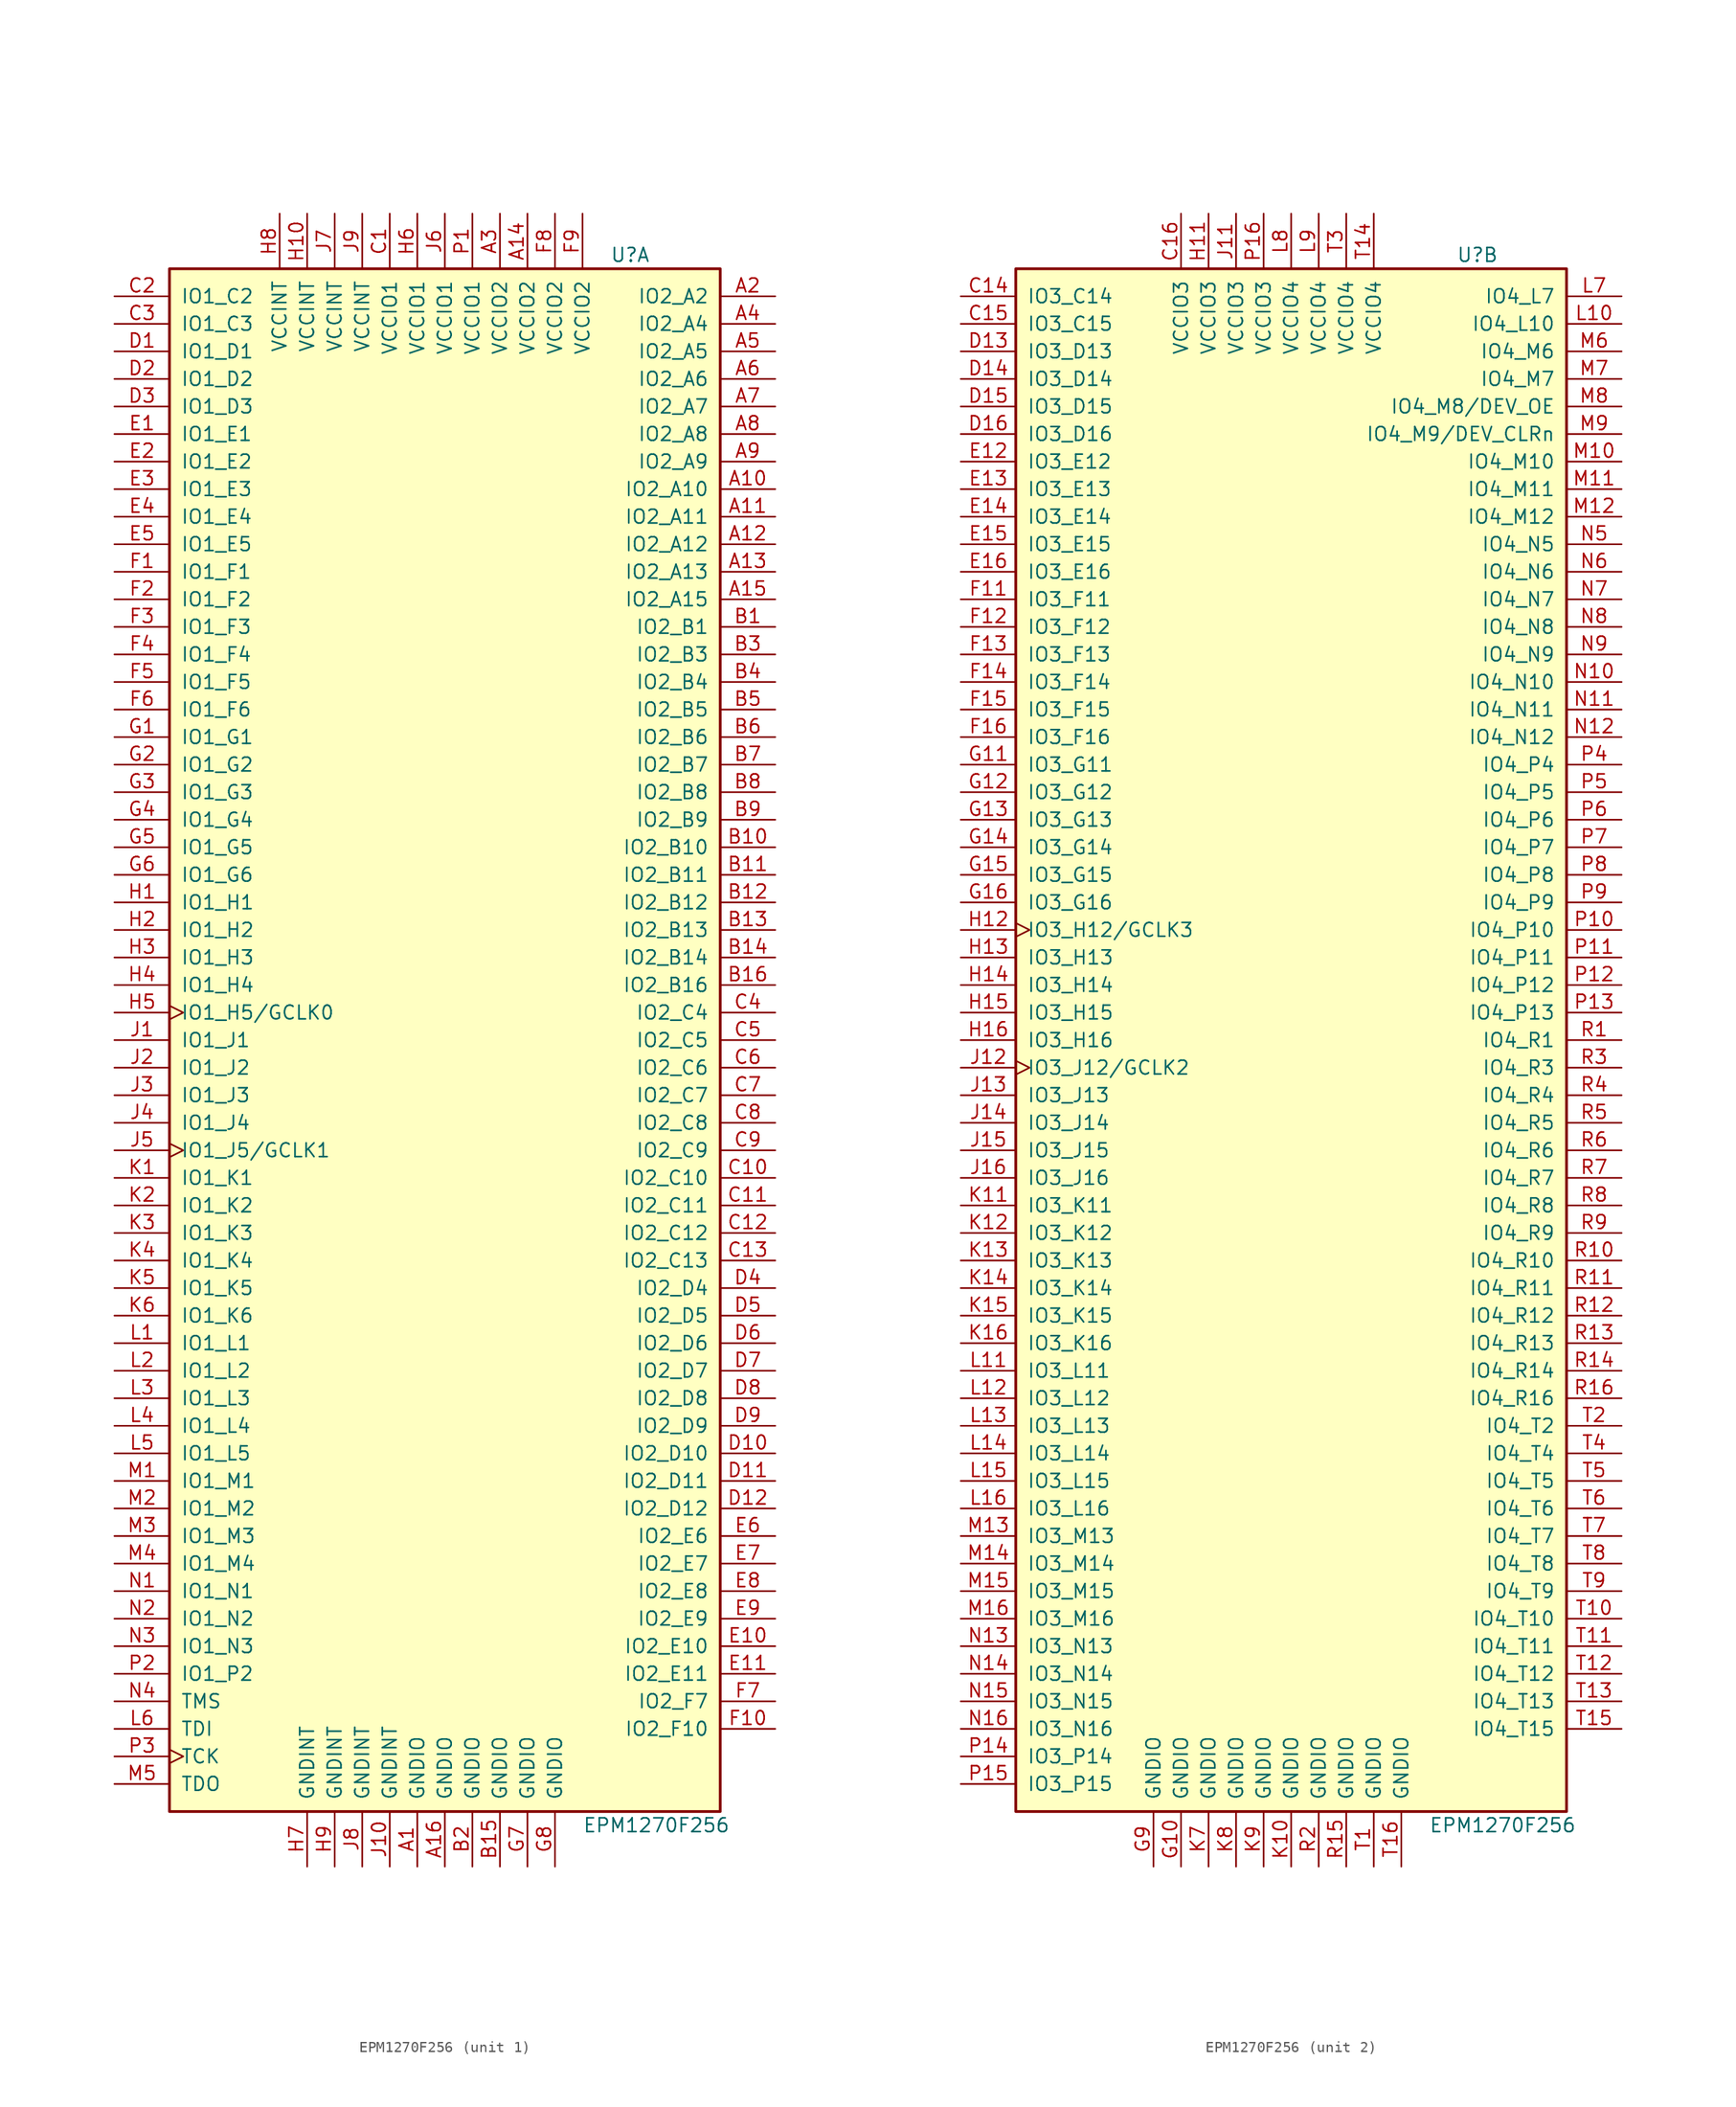
<source format=kicad_sym>
(kicad_symbol_lib
  (version 20201005)
  (generator kicad_symbol_editor)
  (symbol "CPLD_Altera:EPM1270F256"
    (pin_names
      (offset 1.016))
    (property "Reference" "U"
      (at 15.24 72.39 0)
      (effects (font (size 1.27 1.27)) (justify left)))
    (property "Value" "EPM1270F256"
      (at 12.7 -72.39 0)
      (effects (font (size 1.27 1.27)) (justify left)))
    (property "ki_locked" ""
      (at 0 0 0)
      (effects (font (size 1.27 1.27))))
    (symbol "EPM1270F256_1_1"
      (rectangle (start -25.4 71.12) (end 25.4 -71.12) (stroke (width 0.254)) (fill (type background)))
      (pin bidirectional line (at 30.48 68.58 180) (length 5.08) (name "IO2_A2" (effects (font (size 1.27 1.27)))) (number "A2" (effects (font (size 1.27 1.27)))))
      (pin bidirectional line (at 30.48 66.04 180) (length 5.08) (name "IO2_A4" (effects (font (size 1.27 1.27)))) (number "A4" (effects (font (size 1.27 1.27)))))
      (pin bidirectional line (at 30.48 63.5 180) (length 5.08) (name "IO2_A5" (effects (font (size 1.27 1.27)))) (number "A5" (effects (font (size 1.27 1.27)))))
      (pin bidirectional line (at 30.48 60.96 180) (length 5.08) (name "IO2_A6" (effects (font (size 1.27 1.27)))) (number "A6" (effects (font (size 1.27 1.27)))))
      (pin bidirectional line (at 30.48 58.42 180) (length 5.08) (name "IO2_A7" (effects (font (size 1.27 1.27)))) (number "A7" (effects (font (size 1.27 1.27)))))
      (pin bidirectional line (at 30.48 55.88 180) (length 5.08) (name "IO2_A8" (effects (font (size 1.27 1.27)))) (number "A8" (effects (font (size 1.27 1.27)))))
      (pin bidirectional line (at 30.48 53.34 180) (length 5.08) (name "IO2_A9" (effects (font (size 1.27 1.27)))) (number "A9" (effects (font (size 1.27 1.27)))))
      (pin bidirectional line (at 30.48 50.8 180) (length 5.08) (name "IO2_A10" (effects (font (size 1.27 1.27)))) (number "A10" (effects (font (size 1.27 1.27)))))
      (pin bidirectional line (at 30.48 48.26 180) (length 5.08) (name "IO2_A11" (effects (font (size 1.27 1.27)))) (number "A11" (effects (font (size 1.27 1.27)))))
      (pin bidirectional line (at 30.48 45.72 180) (length 5.08) (name "IO2_A12" (effects (font (size 1.27 1.27)))) (number "A12" (effects (font (size 1.27 1.27)))))
      (pin bidirectional line (at 30.48 43.18 180) (length 5.08) (name "IO2_A13" (effects (font (size 1.27 1.27)))) (number "A13" (effects (font (size 1.27 1.27)))))
      (pin bidirectional line (at 30.48 40.64 180) (length 5.08) (name "IO2_A15" (effects (font (size 1.27 1.27)))) (number "A15" (effects (font (size 1.27 1.27)))))
      (pin bidirectional line (at 30.48 38.1 180) (length 5.08) (name "IO2_B1" (effects (font (size 1.27 1.27)))) (number "B1" (effects (font (size 1.27 1.27)))))
      (pin bidirectional line (at 30.48 35.56 180) (length 5.08) (name "IO2_B3" (effects (font (size 1.27 1.27)))) (number "B3" (effects (font (size 1.27 1.27)))))
      (pin bidirectional line (at 30.48 33.02 180) (length 5.08) (name "IO2_B4" (effects (font (size 1.27 1.27)))) (number "B4" (effects (font (size 1.27 1.27)))))
      (pin bidirectional line (at 30.48 30.48 180) (length 5.08) (name "IO2_B5" (effects (font (size 1.27 1.27)))) (number "B5" (effects (font (size 1.27 1.27)))))
      (pin bidirectional line (at 30.48 27.94 180) (length 5.08) (name "IO2_B6" (effects (font (size 1.27 1.27)))) (number "B6" (effects (font (size 1.27 1.27)))))
      (pin bidirectional line (at 30.48 25.4 180) (length 5.08) (name "IO2_B7" (effects (font (size 1.27 1.27)))) (number "B7" (effects (font (size 1.27 1.27)))))
      (pin bidirectional line (at 30.48 22.86 180) (length 5.08) (name "IO2_B8" (effects (font (size 1.27 1.27)))) (number "B8" (effects (font (size 1.27 1.27)))))
      (pin bidirectional line (at 30.48 20.32 180) (length 5.08) (name "IO2_B9" (effects (font (size 1.27 1.27)))) (number "B9" (effects (font (size 1.27 1.27)))))
      (pin bidirectional line (at 30.48 17.78 180) (length 5.08) (name "IO2_B10" (effects (font (size 1.27 1.27)))) (number "B10" (effects (font (size 1.27 1.27)))))
      (pin bidirectional line (at 30.48 15.24 180) (length 5.08) (name "IO2_B11" (effects (font (size 1.27 1.27)))) (number "B11" (effects (font (size 1.27 1.27)))))
      (pin bidirectional line (at 30.48 12.7 180) (length 5.08) (name "IO2_B12" (effects (font (size 1.27 1.27)))) (number "B12" (effects (font (size 1.27 1.27)))))
      (pin bidirectional line (at 30.48 10.16 180) (length 5.08) (name "IO2_B13" (effects (font (size 1.27 1.27)))) (number "B13" (effects (font (size 1.27 1.27)))))
      (pin bidirectional line (at 30.48 7.62 180) (length 5.08) (name "IO2_B14" (effects (font (size 1.27 1.27)))) (number "B14" (effects (font (size 1.27 1.27)))))
      (pin bidirectional line (at 30.48 5.08 180) (length 5.08) (name "IO2_B16" (effects (font (size 1.27 1.27)))) (number "B16" (effects (font (size 1.27 1.27)))))
      (pin bidirectional line (at -30.48 68.58 0) (length 5.08) (name "IO1_C2" (effects (font (size 1.27 1.27)))) (number "C2" (effects (font (size 1.27 1.27)))))
      (pin bidirectional line (at -30.48 66.04 0) (length 5.08) (name "IO1_C3" (effects (font (size 1.27 1.27)))) (number "C3" (effects (font (size 1.27 1.27)))))
      (pin bidirectional line (at 30.48 2.54 180) (length 5.08) (name "IO2_C4" (effects (font (size 1.27 1.27)))) (number "C4" (effects (font (size 1.27 1.27)))))
      (pin bidirectional line (at 30.48 0 180) (length 5.08) (name "IO2_C5" (effects (font (size 1.27 1.27)))) (number "C5" (effects (font (size 1.27 1.27)))))
      (pin bidirectional line (at 30.48 -2.54 180) (length 5.08) (name "IO2_C6" (effects (font (size 1.27 1.27)))) (number "C6" (effects (font (size 1.27 1.27)))))
      (pin bidirectional line (at 30.48 -5.08 180) (length 5.08) (name "IO2_C7" (effects (font (size 1.27 1.27)))) (number "C7" (effects (font (size 1.27 1.27)))))
      (pin bidirectional line (at 30.48 -7.62 180) (length 5.08) (name "IO2_C8" (effects (font (size 1.27 1.27)))) (number "C8" (effects (font (size 1.27 1.27)))))
      (pin bidirectional line (at 30.48 -10.16 180) (length 5.08) (name "IO2_C9" (effects (font (size 1.27 1.27)))) (number "C9" (effects (font (size 1.27 1.27)))))
      (pin bidirectional line (at 30.48 -12.7 180) (length 5.08) (name "IO2_C10" (effects (font (size 1.27 1.27)))) (number "C10" (effects (font (size 1.27 1.27)))))
      (pin bidirectional line (at 30.48 -15.24 180) (length 5.08) (name "IO2_C11" (effects (font (size 1.27 1.27)))) (number "C11" (effects (font (size 1.27 1.27)))))
      (pin bidirectional line (at 30.48 -17.78 180) (length 5.08) (name "IO2_C12" (effects (font (size 1.27 1.27)))) (number "C12" (effects (font (size 1.27 1.27)))))
      (pin bidirectional line (at 30.48 -20.32 180) (length 5.08) (name "IO2_C13" (effects (font (size 1.27 1.27)))) (number "C13" (effects (font (size 1.27 1.27)))))
      (pin bidirectional line (at -30.48 63.5 0) (length 5.08) (name "IO1_D1" (effects (font (size 1.27 1.27)))) (number "D1" (effects (font (size 1.27 1.27)))))
      (pin bidirectional line (at -30.48 60.96 0) (length 5.08) (name "IO1_D2" (effects (font (size 1.27 1.27)))) (number "D2" (effects (font (size 1.27 1.27)))))
      (pin bidirectional line (at -30.48 58.42 0) (length 5.08) (name "IO1_D3" (effects (font (size 1.27 1.27)))) (number "D3" (effects (font (size 1.27 1.27)))))
      (pin bidirectional line (at 30.48 -22.86 180) (length 5.08) (name "IO2_D4" (effects (font (size 1.27 1.27)))) (number "D4" (effects (font (size 1.27 1.27)))))
      (pin bidirectional line (at 30.48 -25.4 180) (length 5.08) (name "IO2_D5" (effects (font (size 1.27 1.27)))) (number "D5" (effects (font (size 1.27 1.27)))))
      (pin bidirectional line (at 30.48 -27.94 180) (length 5.08) (name "IO2_D6" (effects (font (size 1.27 1.27)))) (number "D6" (effects (font (size 1.27 1.27)))))
      (pin bidirectional line (at 30.48 -30.48 180) (length 5.08) (name "IO2_D7" (effects (font (size 1.27 1.27)))) (number "D7" (effects (font (size 1.27 1.27)))))
      (pin bidirectional line (at 30.48 -33.02 180) (length 5.08) (name "IO2_D8" (effects (font (size 1.27 1.27)))) (number "D8" (effects (font (size 1.27 1.27)))))
      (pin bidirectional line (at 30.48 -35.56 180) (length 5.08) (name "IO2_D9" (effects (font (size 1.27 1.27)))) (number "D9" (effects (font (size 1.27 1.27)))))
      (pin bidirectional line (at 30.48 -38.1 180) (length 5.08) (name "IO2_D10" (effects (font (size 1.27 1.27)))) (number "D10" (effects (font (size 1.27 1.27)))))
      (pin bidirectional line (at 30.48 -40.64 180) (length 5.08) (name "IO2_D11" (effects (font (size 1.27 1.27)))) (number "D11" (effects (font (size 1.27 1.27)))))
      (pin bidirectional line (at 30.48 -43.18 180) (length 5.08) (name "IO2_D12" (effects (font (size 1.27 1.27)))) (number "D12" (effects (font (size 1.27 1.27)))))
      (pin bidirectional line (at -30.48 55.88 0) (length 5.08) (name "IO1_E1" (effects (font (size 1.27 1.27)))) (number "E1" (effects (font (size 1.27 1.27)))))
      (pin bidirectional line (at -30.48 53.34 0) (length 5.08) (name "IO1_E2" (effects (font (size 1.27 1.27)))) (number "E2" (effects (font (size 1.27 1.27)))))
      (pin bidirectional line (at -30.48 50.8 0) (length 5.08) (name "IO1_E3" (effects (font (size 1.27 1.27)))) (number "E3" (effects (font (size 1.27 1.27)))))
      (pin bidirectional line (at -30.48 48.26 0) (length 5.08) (name "IO1_E4" (effects (font (size 1.27 1.27)))) (number "E4" (effects (font (size 1.27 1.27)))))
      (pin bidirectional line (at -30.48 45.72 0) (length 5.08) (name "IO1_E5" (effects (font (size 1.27 1.27)))) (number "E5" (effects (font (size 1.27 1.27)))))
      (pin bidirectional line (at 30.48 -45.72 180) (length 5.08) (name "IO2_E6" (effects (font (size 1.27 1.27)))) (number "E6" (effects (font (size 1.27 1.27)))))
      (pin bidirectional line (at 30.48 -48.26 180) (length 5.08) (name "IO2_E7" (effects (font (size 1.27 1.27)))) (number "E7" (effects (font (size 1.27 1.27)))))
      (pin bidirectional line (at 30.48 -50.8 180) (length 5.08) (name "IO2_E8" (effects (font (size 1.27 1.27)))) (number "E8" (effects (font (size 1.27 1.27)))))
      (pin bidirectional line (at 30.48 -53.34 180) (length 5.08) (name "IO2_E9" (effects (font (size 1.27 1.27)))) (number "E9" (effects (font (size 1.27 1.27)))))
      (pin bidirectional line (at 30.48 -55.88 180) (length 5.08) (name "IO2_E10" (effects (font (size 1.27 1.27)))) (number "E10" (effects (font (size 1.27 1.27)))))
      (pin bidirectional line (at 30.48 -58.42 180) (length 5.08) (name "IO2_E11" (effects (font (size 1.27 1.27)))) (number "E11" (effects (font (size 1.27 1.27)))))
      (pin bidirectional line (at -30.48 43.18 0) (length 5.08) (name "IO1_F1" (effects (font (size 1.27 1.27)))) (number "F1" (effects (font (size 1.27 1.27)))))
      (pin bidirectional line (at -30.48 40.64 0) (length 5.08) (name "IO1_F2" (effects (font (size 1.27 1.27)))) (number "F2" (effects (font (size 1.27 1.27)))))
      (pin bidirectional line (at -30.48 38.1 0) (length 5.08) (name "IO1_F3" (effects (font (size 1.27 1.27)))) (number "F3" (effects (font (size 1.27 1.27)))))
      (pin bidirectional line (at -30.48 35.56 0) (length 5.08) (name "IO1_F4" (effects (font (size 1.27 1.27)))) (number "F4" (effects (font (size 1.27 1.27)))))
      (pin bidirectional line (at -30.48 33.02 0) (length 5.08) (name "IO1_F5" (effects (font (size 1.27 1.27)))) (number "F5" (effects (font (size 1.27 1.27)))))
      (pin bidirectional line (at -30.48 30.48 0) (length 5.08) (name "IO1_F6" (effects (font (size 1.27 1.27)))) (number "F6" (effects (font (size 1.27 1.27)))))
      (pin bidirectional line (at 30.48 -60.96 180) (length 5.08) (name "IO2_F7" (effects (font (size 1.27 1.27)))) (number "F7" (effects (font (size 1.27 1.27)))))
      (pin bidirectional line (at 30.48 -63.5 180) (length 5.08) (name "IO2_F10" (effects (font (size 1.27 1.27)))) (number "F10" (effects (font (size 1.27 1.27)))))
      (pin bidirectional line (at -30.48 27.94 0) (length 5.08) (name "IO1_G1" (effects (font (size 1.27 1.27)))) (number "G1" (effects (font (size 1.27 1.27)))))
      (pin bidirectional line (at -30.48 25.4 0) (length 5.08) (name "IO1_G2" (effects (font (size 1.27 1.27)))) (number "G2" (effects (font (size 1.27 1.27)))))
      (pin bidirectional line (at -30.48 22.86 0) (length 5.08) (name "IO1_G3" (effects (font (size 1.27 1.27)))) (number "G3" (effects (font (size 1.27 1.27)))))
      (pin bidirectional line (at -30.48 20.32 0) (length 5.08) (name "IO1_G4" (effects (font (size 1.27 1.27)))) (number "G4" (effects (font (size 1.27 1.27)))))
      (pin bidirectional line (at -30.48 17.78 0) (length 5.08) (name "IO1_G5" (effects (font (size 1.27 1.27)))) (number "G5" (effects (font (size 1.27 1.27)))))
      (pin bidirectional line (at -30.48 15.24 0) (length 5.08) (name "IO1_G6" (effects (font (size 1.27 1.27)))) (number "G6" (effects (font (size 1.27 1.27)))))
      (pin bidirectional line (at -30.48 12.7 0) (length 5.08) (name "IO1_H1" (effects (font (size 1.27 1.27)))) (number "H1" (effects (font (size 1.27 1.27)))))
      (pin bidirectional line (at -30.48 10.16 0) (length 5.08) (name "IO1_H2" (effects (font (size 1.27 1.27)))) (number "H2" (effects (font (size 1.27 1.27)))))
      (pin bidirectional line (at -30.48 7.62 0) (length 5.08) (name "IO1_H3" (effects (font (size 1.27 1.27)))) (number "H3" (effects (font (size 1.27 1.27)))))
      (pin bidirectional line (at -30.48 5.08 0) (length 5.08) (name "IO1_H4" (effects (font (size 1.27 1.27)))) (number "H4" (effects (font (size 1.27 1.27)))))
      (pin bidirectional clock (at -30.48 2.54 0) (length 5.08) (name "IO1_H5/GCLK0" (effects (font (size 1.27 1.27)))) (number "H5" (effects (font (size 1.27 1.27)))))
      (pin bidirectional line (at -30.48 0 0) (length 5.08) (name "IO1_J1" (effects (font (size 1.27 1.27)))) (number "J1" (effects (font (size 1.27 1.27)))))
      (pin bidirectional line (at -30.48 -2.54 0) (length 5.08) (name "IO1_J2" (effects (font (size 1.27 1.27)))) (number "J2" (effects (font (size 1.27 1.27)))))
      (pin bidirectional line (at -30.48 -5.08 0) (length 5.08) (name "IO1_J3" (effects (font (size 1.27 1.27)))) (number "J3" (effects (font (size 1.27 1.27)))))
      (pin bidirectional line (at -30.48 -7.62 0) (length 5.08) (name "IO1_J4" (effects (font (size 1.27 1.27)))) (number "J4" (effects (font (size 1.27 1.27)))))
      (pin bidirectional clock (at -30.48 -10.16 0) (length 5.08) (name "IO1_J5/GCLK1" (effects (font (size 1.27 1.27)))) (number "J5" (effects (font (size 1.27 1.27)))))
      (pin bidirectional line (at -30.48 -12.7 0) (length 5.08) (name "IO1_K1" (effects (font (size 1.27 1.27)))) (number "K1" (effects (font (size 1.27 1.27)))))
      (pin bidirectional line (at -30.48 -15.24 0) (length 5.08) (name "IO1_K2" (effects (font (size 1.27 1.27)))) (number "K2" (effects (font (size 1.27 1.27)))))
      (pin bidirectional line (at -30.48 -17.78 0) (length 5.08) (name "IO1_K3" (effects (font (size 1.27 1.27)))) (number "K3" (effects (font (size 1.27 1.27)))))
      (pin bidirectional line (at -30.48 -20.32 0) (length 5.08) (name "IO1_K4" (effects (font (size 1.27 1.27)))) (number "K4" (effects (font (size 1.27 1.27)))))
      (pin bidirectional line (at -30.48 -22.86 0) (length 5.08) (name "IO1_K5" (effects (font (size 1.27 1.27)))) (number "K5" (effects (font (size 1.27 1.27)))))
      (pin bidirectional line (at -30.48 -25.4 0) (length 5.08) (name "IO1_K6" (effects (font (size 1.27 1.27)))) (number "K6" (effects (font (size 1.27 1.27)))))
      (pin bidirectional line (at -30.48 -27.94 0) (length 5.08) (name "IO1_L1" (effects (font (size 1.27 1.27)))) (number "L1" (effects (font (size 1.27 1.27)))))
      (pin bidirectional line (at -30.48 -30.48 0) (length 5.08) (name "IO1_L2" (effects (font (size 1.27 1.27)))) (number "L2" (effects (font (size 1.27 1.27)))))
      (pin bidirectional line (at -30.48 -33.02 0) (length 5.08) (name "IO1_L3" (effects (font (size 1.27 1.27)))) (number "L3" (effects (font (size 1.27 1.27)))))
      (pin bidirectional line (at -30.48 -35.56 0) (length 5.08) (name "IO1_L4" (effects (font (size 1.27 1.27)))) (number "L4" (effects (font (size 1.27 1.27)))))
      (pin bidirectional line (at -30.48 -38.1 0) (length 5.08) (name "IO1_L5" (effects (font (size 1.27 1.27)))) (number "L5" (effects (font (size 1.27 1.27)))))
      (pin bidirectional line (at -30.48 -40.64 0) (length 5.08) (name "IO1_M1" (effects (font (size 1.27 1.27)))) (number "M1" (effects (font (size 1.27 1.27)))))
      (pin bidirectional line (at -30.48 -43.18 0) (length 5.08) (name "IO1_M2" (effects (font (size 1.27 1.27)))) (number "M2" (effects (font (size 1.27 1.27)))))
      (pin bidirectional line (at -30.48 -45.72 0) (length 5.08) (name "IO1_M3" (effects (font (size 1.27 1.27)))) (number "M3" (effects (font (size 1.27 1.27)))))
      (pin bidirectional line (at -30.48 -48.26 0) (length 5.08) (name "IO1_M4" (effects (font (size 1.27 1.27)))) (number "M4" (effects (font (size 1.27 1.27)))))
      (pin bidirectional line (at -30.48 -50.8 0) (length 5.08) (name "IO1_N1" (effects (font (size 1.27 1.27)))) (number "N1" (effects (font (size 1.27 1.27)))))
      (pin bidirectional line (at -30.48 -53.34 0) (length 5.08) (name "IO1_N2" (effects (font (size 1.27 1.27)))) (number "N2" (effects (font (size 1.27 1.27)))))
      (pin bidirectional line (at -30.48 -55.88 0) (length 5.08) (name "IO1_N3" (effects (font (size 1.27 1.27)))) (number "N3" (effects (font (size 1.27 1.27)))))
      (pin bidirectional line (at -30.48 -58.42 0) (length 5.08) (name "IO1_P2" (effects (font (size 1.27 1.27)))) (number "P2" (effects (font (size 1.27 1.27)))))
      (pin input line (at -30.48 -60.96 0) (length 5.08) (name "TMS" (effects (font (size 1.27 1.27)))) (number "N4" (effects (font (size 1.27 1.27)))))
      (pin input line (at -30.48 -63.5 0) (length 5.08) (name "TDI" (effects (font (size 1.27 1.27)))) (number "L6" (effects (font (size 1.27 1.27)))))
      (pin input clock (at -30.48 -66.04 0) (length 5.08) (name "TCK" (effects (font (size 1.27 1.27)))) (number "P3" (effects (font (size 1.27 1.27)))))
      (pin output line (at -30.48 -68.58 0) (length 5.08) (name "TDO" (effects (font (size 1.27 1.27)))) (number "M5" (effects (font (size 1.27 1.27)))))
      (pin power_in line (at -12.7 -76.2 90) (length 5.08) (name "GNDINT" (effects (font (size 1.27 1.27)))) (number "H7" (effects (font (size 1.27 1.27)))))
      (pin power_in line (at -10.16 -76.2 90) (length 5.08) (name "GNDINT" (effects (font (size 1.27 1.27)))) (number "H9" (effects (font (size 1.27 1.27)))))
      (pin power_in line (at -7.62 -76.2 90) (length 5.08) (name "GNDINT" (effects (font (size 1.27 1.27)))) (number "J8" (effects (font (size 1.27 1.27)))))
      (pin power_in line (at -5.08 -76.2 90) (length 5.08) (name "GNDINT" (effects (font (size 1.27 1.27)))) (number "J10" (effects (font (size 1.27 1.27)))))
      (pin power_in line (at -2.54 -76.2 90) (length 5.08) (name "GNDIO" (effects (font (size 1.27 1.27)))) (number "A1" (effects (font (size 1.27 1.27)))))
      (pin power_in line (at 0 -76.2 90) (length 5.08) (name "GNDIO" (effects (font (size 1.27 1.27)))) (number "A16" (effects (font (size 1.27 1.27)))))
      (pin power_in line (at 2.54 -76.2 90) (length 5.08) (name "GNDIO" (effects (font (size 1.27 1.27)))) (number "B2" (effects (font (size 1.27 1.27)))))
      (pin power_in line (at 5.08 -76.2 90) (length 5.08) (name "GNDIO" (effects (font (size 1.27 1.27)))) (number "B15" (effects (font (size 1.27 1.27)))))
      (pin power_in line (at 7.62 -76.2 90) (length 5.08) (name "GNDIO" (effects (font (size 1.27 1.27)))) (number "G7" (effects (font (size 1.27 1.27)))))
      (pin power_in line (at 10.16 -76.2 90) (length 5.08) (name "GNDIO" (effects (font (size 1.27 1.27)))) (number "G8" (effects (font (size 1.27 1.27)))))
      (pin power_in line (at -15.24 76.2 270) (length 5.08) (name "VCCINT" (effects (font (size 1.27 1.27)))) (number "H8" (effects (font (size 1.27 1.27)))))
      (pin power_in line (at -12.7 76.2 270) (length 5.08) (name "VCCINT" (effects (font (size 1.27 1.27)))) (number "H10" (effects (font (size 1.27 1.27)))))
      (pin power_in line (at -10.16 76.2 270) (length 5.08) (name "VCCINT" (effects (font (size 1.27 1.27)))) (number "J7" (effects (font (size 1.27 1.27)))))
      (pin power_in line (at -7.62 76.2 270) (length 5.08) (name "VCCINT" (effects (font (size 1.27 1.27)))) (number "J9" (effects (font (size 1.27 1.27)))))
      (pin power_in line (at -5.08 76.2 270) (length 5.08) (name "VCCIO1" (effects (font (size 1.27 1.27)))) (number "C1" (effects (font (size 1.27 1.27)))))
      (pin power_in line (at -2.54 76.2 270) (length 5.08) (name "VCCIO1" (effects (font (size 1.27 1.27)))) (number "H6" (effects (font (size 1.27 1.27)))))
      (pin power_in line (at 0 76.2 270) (length 5.08) (name "VCCIO1" (effects (font (size 1.27 1.27)))) (number "J6" (effects (font (size 1.27 1.27)))))
      (pin power_in line (at 2.54 76.2 270) (length 5.08) (name "VCCIO1" (effects (font (size 1.27 1.27)))) (number "P1" (effects (font (size 1.27 1.27)))))
      (pin power_in line (at 5.08 76.2 270) (length 5.08) (name "VCCIO2" (effects (font (size 1.27 1.27)))) (number "A3" (effects (font (size 1.27 1.27)))))
      (pin power_in line (at 7.62 76.2 270) (length 5.08) (name "VCCIO2" (effects (font (size 1.27 1.27)))) (number "A14" (effects (font (size 1.27 1.27)))))
      (pin power_in line (at 10.16 76.2 270) (length 5.08) (name "VCCIO2" (effects (font (size 1.27 1.27)))) (number "F8" (effects (font (size 1.27 1.27)))))
      (pin power_in line (at 12.7 76.2 270) (length 5.08) (name "VCCIO2" (effects (font (size 1.27 1.27)))) (number "F9" (effects (font (size 1.27 1.27))))))
    (symbol "EPM1270F256_2_1"
      (rectangle (start -25.4 71.12) (end 25.4 -71.12) (stroke (width 0.254)) (fill (type background)))
      (pin bidirectional line (at -30.48 68.58 0) (length 5.08) (name "IO3_C14" (effects (font (size 1.27 1.27)))) (number "C14" (effects (font (size 1.27 1.27)))))
      (pin bidirectional line (at -30.48 66.04 0) (length 5.08) (name "IO3_C15" (effects (font (size 1.27 1.27)))) (number "C15" (effects (font (size 1.27 1.27)))))
      (pin bidirectional line (at -30.48 63.5 0) (length 5.08) (name "IO3_D13" (effects (font (size 1.27 1.27)))) (number "D13" (effects (font (size 1.27 1.27)))))
      (pin bidirectional line (at -30.48 60.96 0) (length 5.08) (name "IO3_D14" (effects (font (size 1.27 1.27)))) (number "D14" (effects (font (size 1.27 1.27)))))
      (pin bidirectional line (at -30.48 58.42 0) (length 5.08) (name "IO3_D15" (effects (font (size 1.27 1.27)))) (number "D15" (effects (font (size 1.27 1.27)))))
      (pin bidirectional line (at -30.48 55.88 0) (length 5.08) (name "IO3_D16" (effects (font (size 1.27 1.27)))) (number "D16" (effects (font (size 1.27 1.27)))))
      (pin bidirectional line (at -30.48 53.34 0) (length 5.08) (name "IO3_E12" (effects (font (size 1.27 1.27)))) (number "E12" (effects (font (size 1.27 1.27)))))
      (pin bidirectional line (at -30.48 50.8 0) (length 5.08) (name "IO3_E13" (effects (font (size 1.27 1.27)))) (number "E13" (effects (font (size 1.27 1.27)))))
      (pin bidirectional line (at -30.48 48.26 0) (length 5.08) (name "IO3_E14" (effects (font (size 1.27 1.27)))) (number "E14" (effects (font (size 1.27 1.27)))))
      (pin bidirectional line (at -30.48 45.72 0) (length 5.08) (name "IO3_E15" (effects (font (size 1.27 1.27)))) (number "E15" (effects (font (size 1.27 1.27)))))
      (pin bidirectional line (at -30.48 43.18 0) (length 5.08) (name "IO3_E16" (effects (font (size 1.27 1.27)))) (number "E16" (effects (font (size 1.27 1.27)))))
      (pin bidirectional line (at -30.48 40.64 0) (length 5.08) (name "IO3_F11" (effects (font (size 1.27 1.27)))) (number "F11" (effects (font (size 1.27 1.27)))))
      (pin bidirectional line (at -30.48 38.1 0) (length 5.08) (name "IO3_F12" (effects (font (size 1.27 1.27)))) (number "F12" (effects (font (size 1.27 1.27)))))
      (pin bidirectional line (at -30.48 35.56 0) (length 5.08) (name "IO3_F13" (effects (font (size 1.27 1.27)))) (number "F13" (effects (font (size 1.27 1.27)))))
      (pin bidirectional line (at -30.48 33.02 0) (length 5.08) (name "IO3_F14" (effects (font (size 1.27 1.27)))) (number "F14" (effects (font (size 1.27 1.27)))))
      (pin bidirectional line (at -30.48 30.48 0) (length 5.08) (name "IO3_F15" (effects (font (size 1.27 1.27)))) (number "F15" (effects (font (size 1.27 1.27)))))
      (pin bidirectional line (at -30.48 27.94 0) (length 5.08) (name "IO3_F16" (effects (font (size 1.27 1.27)))) (number "F16" (effects (font (size 1.27 1.27)))))
      (pin bidirectional line (at -30.48 25.4 0) (length 5.08) (name "IO3_G11" (effects (font (size 1.27 1.27)))) (number "G11" (effects (font (size 1.27 1.27)))))
      (pin bidirectional line (at -30.48 22.86 0) (length 5.08) (name "IO3_G12" (effects (font (size 1.27 1.27)))) (number "G12" (effects (font (size 1.27 1.27)))))
      (pin bidirectional line (at -30.48 20.32 0) (length 5.08) (name "IO3_G13" (effects (font (size 1.27 1.27)))) (number "G13" (effects (font (size 1.27 1.27)))))
      (pin bidirectional line (at -30.48 17.78 0) (length 5.08) (name "IO3_G14" (effects (font (size 1.27 1.27)))) (number "G14" (effects (font (size 1.27 1.27)))))
      (pin bidirectional line (at -30.48 15.24 0) (length 5.08) (name "IO3_G15" (effects (font (size 1.27 1.27)))) (number "G15" (effects (font (size 1.27 1.27)))))
      (pin bidirectional line (at -30.48 12.7 0) (length 5.08) (name "IO3_G16" (effects (font (size 1.27 1.27)))) (number "G16" (effects (font (size 1.27 1.27)))))
      (pin bidirectional clock (at -30.48 10.16 0) (length 5.08) (name "IO3_H12/GCLK3" (effects (font (size 1.27 1.27)))) (number "H12" (effects (font (size 1.27 1.27)))))
      (pin bidirectional line (at -30.48 7.62 0) (length 5.08) (name "IO3_H13" (effects (font (size 1.27 1.27)))) (number "H13" (effects (font (size 1.27 1.27)))))
      (pin bidirectional line (at -30.48 5.08 0) (length 5.08) (name "IO3_H14" (effects (font (size 1.27 1.27)))) (number "H14" (effects (font (size 1.27 1.27)))))
      (pin bidirectional line (at -30.48 2.54 0) (length 5.08) (name "IO3_H15" (effects (font (size 1.27 1.27)))) (number "H15" (effects (font (size 1.27 1.27)))))
      (pin bidirectional line (at -30.48 0 0) (length 5.08) (name "IO3_H16" (effects (font (size 1.27 1.27)))) (number "H16" (effects (font (size 1.27 1.27)))))
      (pin bidirectional clock (at -30.48 -2.54 0) (length 5.08) (name "IO3_J12/GCLK2" (effects (font (size 1.27 1.27)))) (number "J12" (effects (font (size 1.27 1.27)))))
      (pin bidirectional line (at -30.48 -5.08 0) (length 5.08) (name "IO3_J13" (effects (font (size 1.27 1.27)))) (number "J13" (effects (font (size 1.27 1.27)))))
      (pin bidirectional line (at -30.48 -7.62 0) (length 5.08) (name "IO3_J14" (effects (font (size 1.27 1.27)))) (number "J14" (effects (font (size 1.27 1.27)))))
      (pin bidirectional line (at -30.48 -10.16 0) (length 5.08) (name "IO3_J15" (effects (font (size 1.27 1.27)))) (number "J15" (effects (font (size 1.27 1.27)))))
      (pin bidirectional line (at -30.48 -12.7 0) (length 5.08) (name "IO3_J16" (effects (font (size 1.27 1.27)))) (number "J16" (effects (font (size 1.27 1.27)))))
      (pin bidirectional line (at -30.48 -15.24 0) (length 5.08) (name "IO3_K11" (effects (font (size 1.27 1.27)))) (number "K11" (effects (font (size 1.27 1.27)))))
      (pin bidirectional line (at -30.48 -17.78 0) (length 5.08) (name "IO3_K12" (effects (font (size 1.27 1.27)))) (number "K12" (effects (font (size 1.27 1.27)))))
      (pin bidirectional line (at -30.48 -20.32 0) (length 5.08) (name "IO3_K13" (effects (font (size 1.27 1.27)))) (number "K13" (effects (font (size 1.27 1.27)))))
      (pin bidirectional line (at -30.48 -22.86 0) (length 5.08) (name "IO3_K14" (effects (font (size 1.27 1.27)))) (number "K14" (effects (font (size 1.27 1.27)))))
      (pin bidirectional line (at -30.48 -25.4 0) (length 5.08) (name "IO3_K15" (effects (font (size 1.27 1.27)))) (number "K15" (effects (font (size 1.27 1.27)))))
      (pin bidirectional line (at -30.48 -27.94 0) (length 5.08) (name "IO3_K16" (effects (font (size 1.27 1.27)))) (number "K16" (effects (font (size 1.27 1.27)))))
      (pin bidirectional line (at 30.48 68.58 180) (length 5.08) (name "IO4_L7" (effects (font (size 1.27 1.27)))) (number "L7" (effects (font (size 1.27 1.27)))))
      (pin bidirectional line (at 30.48 66.04 180) (length 5.08) (name "IO4_L10" (effects (font (size 1.27 1.27)))) (number "L10" (effects (font (size 1.27 1.27)))))
      (pin bidirectional line (at -30.48 -30.48 0) (length 5.08) (name "IO3_L11" (effects (font (size 1.27 1.27)))) (number "L11" (effects (font (size 1.27 1.27)))))
      (pin bidirectional line (at -30.48 -33.02 0) (length 5.08) (name "IO3_L12" (effects (font (size 1.27 1.27)))) (number "L12" (effects (font (size 1.27 1.27)))))
      (pin bidirectional line (at -30.48 -35.56 0) (length 5.08) (name "IO3_L13" (effects (font (size 1.27 1.27)))) (number "L13" (effects (font (size 1.27 1.27)))))
      (pin bidirectional line (at -30.48 -38.1 0) (length 5.08) (name "IO3_L14" (effects (font (size 1.27 1.27)))) (number "L14" (effects (font (size 1.27 1.27)))))
      (pin bidirectional line (at -30.48 -40.64 0) (length 5.08) (name "IO3_L15" (effects (font (size 1.27 1.27)))) (number "L15" (effects (font (size 1.27 1.27)))))
      (pin bidirectional line (at -30.48 -43.18 0) (length 5.08) (name "IO3_L16" (effects (font (size 1.27 1.27)))) (number "L16" (effects (font (size 1.27 1.27)))))
      (pin bidirectional line (at 30.48 63.5 180) (length 5.08) (name "IO4_M6" (effects (font (size 1.27 1.27)))) (number "M6" (effects (font (size 1.27 1.27)))))
      (pin bidirectional line (at 30.48 60.96 180) (length 5.08) (name "IO4_M7" (effects (font (size 1.27 1.27)))) (number "M7" (effects (font (size 1.27 1.27)))))
      (pin bidirectional line (at 30.48 58.42 180) (length 5.08) (name "IO4_M8/DEV_OE" (effects (font (size 1.27 1.27)))) (number "M8" (effects (font (size 1.27 1.27)))))
      (pin bidirectional line (at 30.48 55.88 180) (length 5.08) (name "IO4_M9/DEV_CLRn" (effects (font (size 1.27 1.27)))) (number "M9" (effects (font (size 1.27 1.27)))))
      (pin bidirectional line (at 30.48 53.34 180) (length 5.08) (name "IO4_M10" (effects (font (size 1.27 1.27)))) (number "M10" (effects (font (size 1.27 1.27)))))
      (pin bidirectional line (at 30.48 50.8 180) (length 5.08) (name "IO4_M11" (effects (font (size 1.27 1.27)))) (number "M11" (effects (font (size 1.27 1.27)))))
      (pin bidirectional line (at 30.48 48.26 180) (length 5.08) (name "IO4_M12" (effects (font (size 1.27 1.27)))) (number "M12" (effects (font (size 1.27 1.27)))))
      (pin bidirectional line (at -30.48 -45.72 0) (length 5.08) (name "IO3_M13" (effects (font (size 1.27 1.27)))) (number "M13" (effects (font (size 1.27 1.27)))))
      (pin bidirectional line (at -30.48 -48.26 0) (length 5.08) (name "IO3_M14" (effects (font (size 1.27 1.27)))) (number "M14" (effects (font (size 1.27 1.27)))))
      (pin bidirectional line (at -30.48 -50.8 0) (length 5.08) (name "IO3_M15" (effects (font (size 1.27 1.27)))) (number "M15" (effects (font (size 1.27 1.27)))))
      (pin bidirectional line (at -30.48 -53.34 0) (length 5.08) (name "IO3_M16" (effects (font (size 1.27 1.27)))) (number "M16" (effects (font (size 1.27 1.27)))))
      (pin bidirectional line (at 30.48 45.72 180) (length 5.08) (name "IO4_N5" (effects (font (size 1.27 1.27)))) (number "N5" (effects (font (size 1.27 1.27)))))
      (pin bidirectional line (at 30.48 43.18 180) (length 5.08) (name "IO4_N6" (effects (font (size 1.27 1.27)))) (number "N6" (effects (font (size 1.27 1.27)))))
      (pin bidirectional line (at 30.48 40.64 180) (length 5.08) (name "IO4_N7" (effects (font (size 1.27 1.27)))) (number "N7" (effects (font (size 1.27 1.27)))))
      (pin bidirectional line (at 30.48 38.1 180) (length 5.08) (name "IO4_N8" (effects (font (size 1.27 1.27)))) (number "N8" (effects (font (size 1.27 1.27)))))
      (pin bidirectional line (at 30.48 35.56 180) (length 5.08) (name "IO4_N9" (effects (font (size 1.27 1.27)))) (number "N9" (effects (font (size 1.27 1.27)))))
      (pin bidirectional line (at 30.48 33.02 180) (length 5.08) (name "IO4_N10" (effects (font (size 1.27 1.27)))) (number "N10" (effects (font (size 1.27 1.27)))))
      (pin bidirectional line (at 30.48 30.48 180) (length 5.08) (name "IO4_N11" (effects (font (size 1.27 1.27)))) (number "N11" (effects (font (size 1.27 1.27)))))
      (pin bidirectional line (at 30.48 27.94 180) (length 5.08) (name "IO4_N12" (effects (font (size 1.27 1.27)))) (number "N12" (effects (font (size 1.27 1.27)))))
      (pin bidirectional line (at -30.48 -55.88 0) (length 5.08) (name "IO3_N13" (effects (font (size 1.27 1.27)))) (number "N13" (effects (font (size 1.27 1.27)))))
      (pin bidirectional line (at -30.48 -58.42 0) (length 5.08) (name "IO3_N14" (effects (font (size 1.27 1.27)))) (number "N14" (effects (font (size 1.27 1.27)))))
      (pin bidirectional line (at -30.48 -60.96 0) (length 5.08) (name "IO3_N15" (effects (font (size 1.27 1.27)))) (number "N15" (effects (font (size 1.27 1.27)))))
      (pin bidirectional line (at -30.48 -63.5 0) (length 5.08) (name "IO3_N16" (effects (font (size 1.27 1.27)))) (number "N16" (effects (font (size 1.27 1.27)))))
      (pin bidirectional line (at 30.48 25.4 180) (length 5.08) (name "IO4_P4" (effects (font (size 1.27 1.27)))) (number "P4" (effects (font (size 1.27 1.27)))))
      (pin bidirectional line (at 30.48 22.86 180) (length 5.08) (name "IO4_P5" (effects (font (size 1.27 1.27)))) (number "P5" (effects (font (size 1.27 1.27)))))
      (pin bidirectional line (at 30.48 20.32 180) (length 5.08) (name "IO4_P6" (effects (font (size 1.27 1.27)))) (number "P6" (effects (font (size 1.27 1.27)))))
      (pin bidirectional line (at 30.48 17.78 180) (length 5.08) (name "IO4_P7" (effects (font (size 1.27 1.27)))) (number "P7" (effects (font (size 1.27 1.27)))))
      (pin bidirectional line (at 30.48 15.24 180) (length 5.08) (name "IO4_P8" (effects (font (size 1.27 1.27)))) (number "P8" (effects (font (size 1.27 1.27)))))
      (pin bidirectional line (at 30.48 12.7 180) (length 5.08) (name "IO4_P9" (effects (font (size 1.27 1.27)))) (number "P9" (effects (font (size 1.27 1.27)))))
      (pin bidirectional line (at 30.48 10.16 180) (length 5.08) (name "IO4_P10" (effects (font (size 1.27 1.27)))) (number "P10" (effects (font (size 1.27 1.27)))))
      (pin bidirectional line (at 30.48 7.62 180) (length 5.08) (name "IO4_P11" (effects (font (size 1.27 1.27)))) (number "P11" (effects (font (size 1.27 1.27)))))
      (pin bidirectional line (at 30.48 5.08 180) (length 5.08) (name "IO4_P12" (effects (font (size 1.27 1.27)))) (number "P12" (effects (font (size 1.27 1.27)))))
      (pin bidirectional line (at 30.48 2.54 180) (length 5.08) (name "IO4_P13" (effects (font (size 1.27 1.27)))) (number "P13" (effects (font (size 1.27 1.27)))))
      (pin bidirectional line (at -30.48 -66.04 0) (length 5.08) (name "IO3_P14" (effects (font (size 1.27 1.27)))) (number "P14" (effects (font (size 1.27 1.27)))))
      (pin bidirectional line (at -30.48 -68.58 0) (length 5.08) (name "IO3_P15" (effects (font (size 1.27 1.27)))) (number "P15" (effects (font (size 1.27 1.27)))))
      (pin bidirectional line (at 30.48 0 180) (length 5.08) (name "IO4_R1" (effects (font (size 1.27 1.27)))) (number "R1" (effects (font (size 1.27 1.27)))))
      (pin bidirectional line (at 30.48 -2.54 180) (length 5.08) (name "IO4_R3" (effects (font (size 1.27 1.27)))) (number "R3" (effects (font (size 1.27 1.27)))))
      (pin bidirectional line (at 30.48 -5.08 180) (length 5.08) (name "IO4_R4" (effects (font (size 1.27 1.27)))) (number "R4" (effects (font (size 1.27 1.27)))))
      (pin bidirectional line (at 30.48 -7.62 180) (length 5.08) (name "IO4_R5" (effects (font (size 1.27 1.27)))) (number "R5" (effects (font (size 1.27 1.27)))))
      (pin bidirectional line (at 30.48 -10.16 180) (length 5.08) (name "IO4_R6" (effects (font (size 1.27 1.27)))) (number "R6" (effects (font (size 1.27 1.27)))))
      (pin bidirectional line (at 30.48 -12.7 180) (length 5.08) (name "IO4_R7" (effects (font (size 1.27 1.27)))) (number "R7" (effects (font (size 1.27 1.27)))))
      (pin bidirectional line (at 30.48 -15.24 180) (length 5.08) (name "IO4_R8" (effects (font (size 1.27 1.27)))) (number "R8" (effects (font (size 1.27 1.27)))))
      (pin bidirectional line (at 30.48 -17.78 180) (length 5.08) (name "IO4_R9" (effects (font (size 1.27 1.27)))) (number "R9" (effects (font (size 1.27 1.27)))))
      (pin bidirectional line (at 30.48 -20.32 180) (length 5.08) (name "IO4_R10" (effects (font (size 1.27 1.27)))) (number "R10" (effects (font (size 1.27 1.27)))))
      (pin bidirectional line (at 30.48 -22.86 180) (length 5.08) (name "IO4_R11" (effects (font (size 1.27 1.27)))) (number "R11" (effects (font (size 1.27 1.27)))))
      (pin bidirectional line (at 30.48 -25.4 180) (length 5.08) (name "IO4_R12" (effects (font (size 1.27 1.27)))) (number "R12" (effects (font (size 1.27 1.27)))))
      (pin bidirectional line (at 30.48 -27.94 180) (length 5.08) (name "IO4_R13" (effects (font (size 1.27 1.27)))) (number "R13" (effects (font (size 1.27 1.27)))))
      (pin bidirectional line (at 30.48 -30.48 180) (length 5.08) (name "IO4_R14" (effects (font (size 1.27 1.27)))) (number "R14" (effects (font (size 1.27 1.27)))))
      (pin bidirectional line (at 30.48 -33.02 180) (length 5.08) (name "IO4_R16" (effects (font (size 1.27 1.27)))) (number "R16" (effects (font (size 1.27 1.27)))))
      (pin bidirectional line (at 30.48 -35.56 180) (length 5.08) (name "IO4_T2" (effects (font (size 1.27 1.27)))) (number "T2" (effects (font (size 1.27 1.27)))))
      (pin bidirectional line (at 30.48 -38.1 180) (length 5.08) (name "IO4_T4" (effects (font (size 1.27 1.27)))) (number "T4" (effects (font (size 1.27 1.27)))))
      (pin bidirectional line (at 30.48 -40.64 180) (length 5.08) (name "IO4_T5" (effects (font (size 1.27 1.27)))) (number "T5" (effects (font (size 1.27 1.27)))))
      (pin bidirectional line (at 30.48 -43.18 180) (length 5.08) (name "IO4_T6" (effects (font (size 1.27 1.27)))) (number "T6" (effects (font (size 1.27 1.27)))))
      (pin bidirectional line (at 30.48 -45.72 180) (length 5.08) (name "IO4_T7" (effects (font (size 1.27 1.27)))) (number "T7" (effects (font (size 1.27 1.27)))))
      (pin bidirectional line (at 30.48 -48.26 180) (length 5.08) (name "IO4_T8" (effects (font (size 1.27 1.27)))) (number "T8" (effects (font (size 1.27 1.27)))))
      (pin bidirectional line (at 30.48 -50.8 180) (length 5.08) (name "IO4_T9" (effects (font (size 1.27 1.27)))) (number "T9" (effects (font (size 1.27 1.27)))))
      (pin bidirectional line (at 30.48 -53.34 180) (length 5.08) (name "IO4_T10" (effects (font (size 1.27 1.27)))) (number "T10" (effects (font (size 1.27 1.27)))))
      (pin bidirectional line (at 30.48 -55.88 180) (length 5.08) (name "IO4_T11" (effects (font (size 1.27 1.27)))) (number "T11" (effects (font (size 1.27 1.27)))))
      (pin bidirectional line (at 30.48 -58.42 180) (length 5.08) (name "IO4_T12" (effects (font (size 1.27 1.27)))) (number "T12" (effects (font (size 1.27 1.27)))))
      (pin bidirectional line (at 30.48 -60.96 180) (length 5.08) (name "IO4_T13" (effects (font (size 1.27 1.27)))) (number "T13" (effects (font (size 1.27 1.27)))))
      (pin bidirectional line (at 30.48 -63.5 180) (length 5.08) (name "IO4_T15" (effects (font (size 1.27 1.27)))) (number "T15" (effects (font (size 1.27 1.27)))))
      (pin power_in line (at -12.7 -76.2 90) (length 5.08) (name "GNDIO" (effects (font (size 1.27 1.27)))) (number "G9" (effects (font (size 1.27 1.27)))))
      (pin power_in line (at -10.16 -76.2 90) (length 5.08) (name "GNDIO" (effects (font (size 1.27 1.27)))) (number "G10" (effects (font (size 1.27 1.27)))))
      (pin power_in line (at -7.62 -76.2 90) (length 5.08) (name "GNDIO" (effects (font (size 1.27 1.27)))) (number "K7" (effects (font (size 1.27 1.27)))))
      (pin power_in line (at -5.08 -76.2 90) (length 5.08) (name "GNDIO" (effects (font (size 1.27 1.27)))) (number "K8" (effects (font (size 1.27 1.27)))))
      (pin power_in line (at -2.54 -76.2 90) (length 5.08) (name "GNDIO" (effects (font (size 1.27 1.27)))) (number "K9" (effects (font (size 1.27 1.27)))))
      (pin power_in line (at 0 -76.2 90) (length 5.08) (name "GNDIO" (effects (font (size 1.27 1.27)))) (number "K10" (effects (font (size 1.27 1.27)))))
      (pin power_in line (at 2.54 -76.2 90) (length 5.08) (name "GNDIO" (effects (font (size 1.27 1.27)))) (number "R2" (effects (font (size 1.27 1.27)))))
      (pin power_in line (at 5.08 -76.2 90) (length 5.08) (name "GNDIO" (effects (font (size 1.27 1.27)))) (number "R15" (effects (font (size 1.27 1.27)))))
      (pin power_in line (at 7.62 -76.2 90) (length 5.08) (name "GNDIO" (effects (font (size 1.27 1.27)))) (number "T1" (effects (font (size 1.27 1.27)))))
      (pin power_in line (at 10.16 -76.2 90) (length 5.08) (name "GNDIO" (effects (font (size 1.27 1.27)))) (number "T16" (effects (font (size 1.27 1.27)))))
      (pin power_in line (at -10.16 76.2 270) (length 5.08) (name "VCCIO3" (effects (font (size 1.27 1.27)))) (number "C16" (effects (font (size 1.27 1.27)))))
      (pin power_in line (at -7.62 76.2 270) (length 5.08) (name "VCCIO3" (effects (font (size 1.27 1.27)))) (number "H11" (effects (font (size 1.27 1.27)))))
      (pin power_in line (at -5.08 76.2 270) (length 5.08) (name "VCCIO3" (effects (font (size 1.27 1.27)))) (number "J11" (effects (font (size 1.27 1.27)))))
      (pin power_in line (at -2.54 76.2 270) (length 5.08) (name "VCCIO3" (effects (font (size 1.27 1.27)))) (number "P16" (effects (font (size 1.27 1.27)))))
      (pin power_in line (at 0 76.2 270) (length 5.08) (name "VCCIO4" (effects (font (size 1.27 1.27)))) (number "L8" (effects (font (size 1.27 1.27)))))
      (pin power_in line (at 2.54 76.2 270) (length 5.08) (name "VCCIO4" (effects (font (size 1.27 1.27)))) (number "L9" (effects (font (size 1.27 1.27)))))
      (pin power_in line (at 5.08 76.2 270) (length 5.08) (name "VCCIO4" (effects (font (size 1.27 1.27)))) (number "T3" (effects (font (size 1.27 1.27)))))
      (pin power_in line (at 7.62 76.2 270) (length 5.08) (name "VCCIO4" (effects (font (size 1.27 1.27)))) (number "T14" (effects (font (size 1.27 1.27))))))))
</source>
